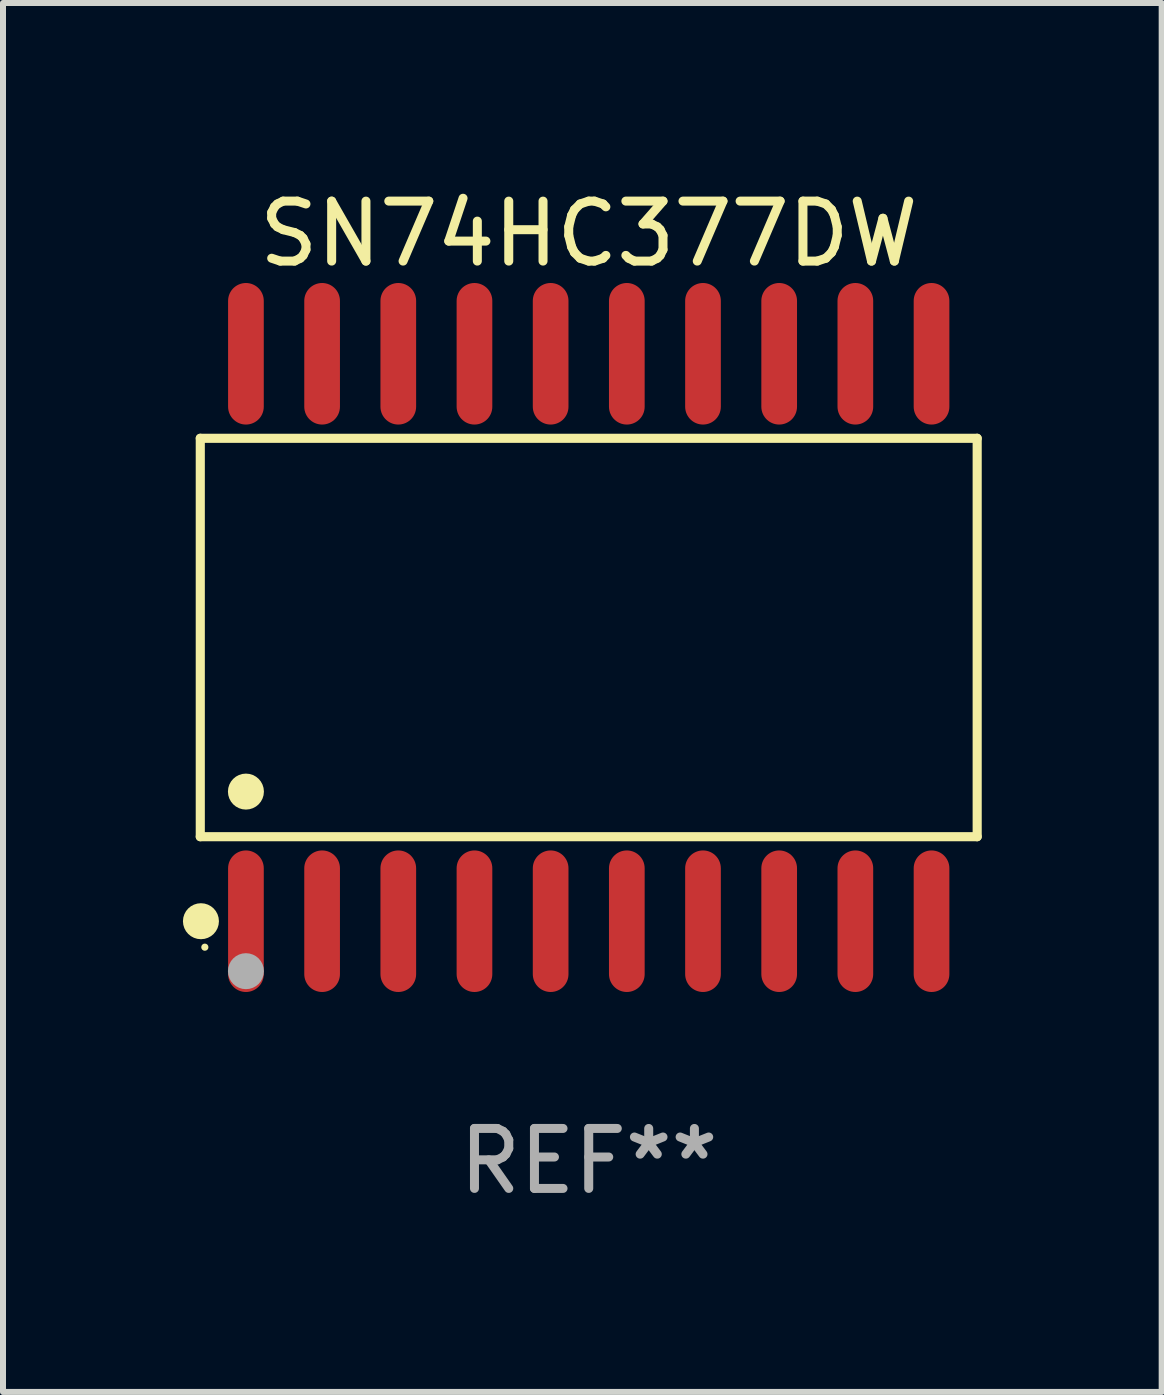
<source format=kicad_pcb>
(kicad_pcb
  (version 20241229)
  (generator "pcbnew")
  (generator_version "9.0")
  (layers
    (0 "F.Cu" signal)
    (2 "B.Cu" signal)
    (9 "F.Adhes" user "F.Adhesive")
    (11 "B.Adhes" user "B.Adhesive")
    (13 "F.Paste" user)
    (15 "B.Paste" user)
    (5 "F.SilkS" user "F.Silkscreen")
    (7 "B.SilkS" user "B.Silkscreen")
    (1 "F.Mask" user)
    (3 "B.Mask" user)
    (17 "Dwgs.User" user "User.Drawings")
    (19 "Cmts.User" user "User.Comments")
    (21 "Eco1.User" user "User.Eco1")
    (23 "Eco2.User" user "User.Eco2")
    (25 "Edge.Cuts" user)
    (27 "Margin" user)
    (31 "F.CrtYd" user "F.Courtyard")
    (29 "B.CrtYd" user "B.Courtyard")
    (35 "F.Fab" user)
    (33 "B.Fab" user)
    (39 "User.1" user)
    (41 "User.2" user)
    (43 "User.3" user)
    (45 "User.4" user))
  (footprint "SN74HC377DW"
    (layer "F.Cu")
    (at 6.765 7.578)
    (property "Reference" "SN74HC377DW" (at 0 -6.73 0) (layer "F.SilkS") (effects (font (size 1 1) (thickness 0.15))))
    (attr through_hole)
    (fp_line (start -6.476 -3.321) (end 6.476 -3.321) (stroke (width 0.152) (type solid)) (layer "F.SilkS"))
    (fp_line (start -6.476 3.321) (end -6.476 -3.321) (stroke (width 0.152) (type solid)) (layer "F.SilkS"))
    (fp_line (start 6.476 -3.321) (end 6.476 3.321) (stroke (width 0.152) (type solid)) (layer "F.SilkS"))
    (fp_line (start 6.476 3.321) (end -6.476 3.321) (stroke (width 0.152) (type solid)) (layer "F.SilkS"))
    (fp_circle (center -6.465 4.73) (end -6.315 4.73) (stroke (width 0.3) (type solid)) (fill no) (layer "F.SilkS"))
    (fp_circle (center -6.4 5.163) (end -6.37 5.163) (stroke (width 0.06) (type solid)) (fill no) (layer "F.SilkS"))
    (fp_circle (center -5.715 2.569) (end -5.565 2.569) (stroke (width 0.3) (type solid)) (fill no) (layer "F.SilkS"))
    (fp_circle (center -5.715 5.563) (end -5.565 5.563) (stroke (width 0.3) (type solid)) (fill no) (layer "F.Fab"))
    (fp_text user "REF**" (at 0 8.73 0) (layer "F.Fab") (effects (font (size 1 1) (thickness 0.15))))
    (pad "1" smd oval (at -5.715 4.73) (size 0.595 2.36) (layers "F.Cu" "F.Mask" "F.Paste"))
    (pad "2" smd oval (at -4.445 4.73) (size 0.595 2.36) (layers "F.Cu" "F.Mask" "F.Paste"))
    (pad "3" smd oval (at -3.175 4.73) (size 0.595 2.36) (layers "F.Cu" "F.Mask" "F.Paste"))
    (pad "4" smd oval (at -1.905 4.73) (size 0.595 2.36) (layers "F.Cu" "F.Mask" "F.Paste"))
    (pad "5" smd oval (at -0.635 4.73) (size 0.595 2.36) (layers "F.Cu" "F.Mask" "F.Paste"))
    (pad "6" smd oval (at 0.635 4.73) (size 0.595 2.36) (layers "F.Cu" "F.Mask" "F.Paste"))
    (pad "7" smd oval (at 1.905 4.73) (size 0.595 2.36) (layers "F.Cu" "F.Mask" "F.Paste"))
    (pad "8" smd oval (at 3.175 4.73) (size 0.595 2.36) (layers "F.Cu" "F.Mask" "F.Paste"))
    (pad "9" smd oval (at 4.445 4.73) (size 0.595 2.36) (layers "F.Cu" "F.Mask" "F.Paste"))
    (pad "10" smd oval (at 5.715 4.73) (size 0.595 2.36) (layers "F.Cu" "F.Mask" "F.Paste"))
    (pad "11" smd oval (at 5.715 -4.73) (size 0.595 2.36) (layers "F.Cu" "F.Mask" "F.Paste"))
    (pad "12" smd oval (at 4.445 -4.73) (size 0.595 2.36) (layers "F.Cu" "F.Mask" "F.Paste"))
    (pad "13" smd oval (at 3.175 -4.73) (size 0.595 2.36) (layers "F.Cu" "F.Mask" "F.Paste"))
    (pad "14" smd oval (at 1.905 -4.73) (size 0.595 2.36) (layers "F.Cu" "F.Mask" "F.Paste"))
    (pad "15" smd oval (at 0.635 -4.73) (size 0.595 2.36) (layers "F.Cu" "F.Mask" "F.Paste"))
    (pad "16" smd oval (at -0.635 -4.73) (size 0.595 2.36) (layers "F.Cu" "F.Mask" "F.Paste"))
    (pad "17" smd oval (at -1.905 -4.73) (size 0.595 2.36) (layers "F.Cu" "F.Mask" "F.Paste"))
    (pad "18" smd oval (at -3.175 -4.73) (size 0.595 2.36) (layers "F.Cu" "F.Mask" "F.Paste"))
    (pad "19" smd oval (at -4.445 -4.73) (size 0.595 2.36) (layers "F.Cu" "F.Mask" "F.Paste"))
    (pad "20" smd oval (at -5.715 -4.73) (size 0.595 2.36) (layers "F.Cu" "F.Mask" "F.Paste")))
  (gr_rect
    (start -3 -3)
    (end 16.317 20.156)
    (stroke (width 0.1) (type default))
    (fill no)
    (layer "Edge.Cuts")))
</source>
